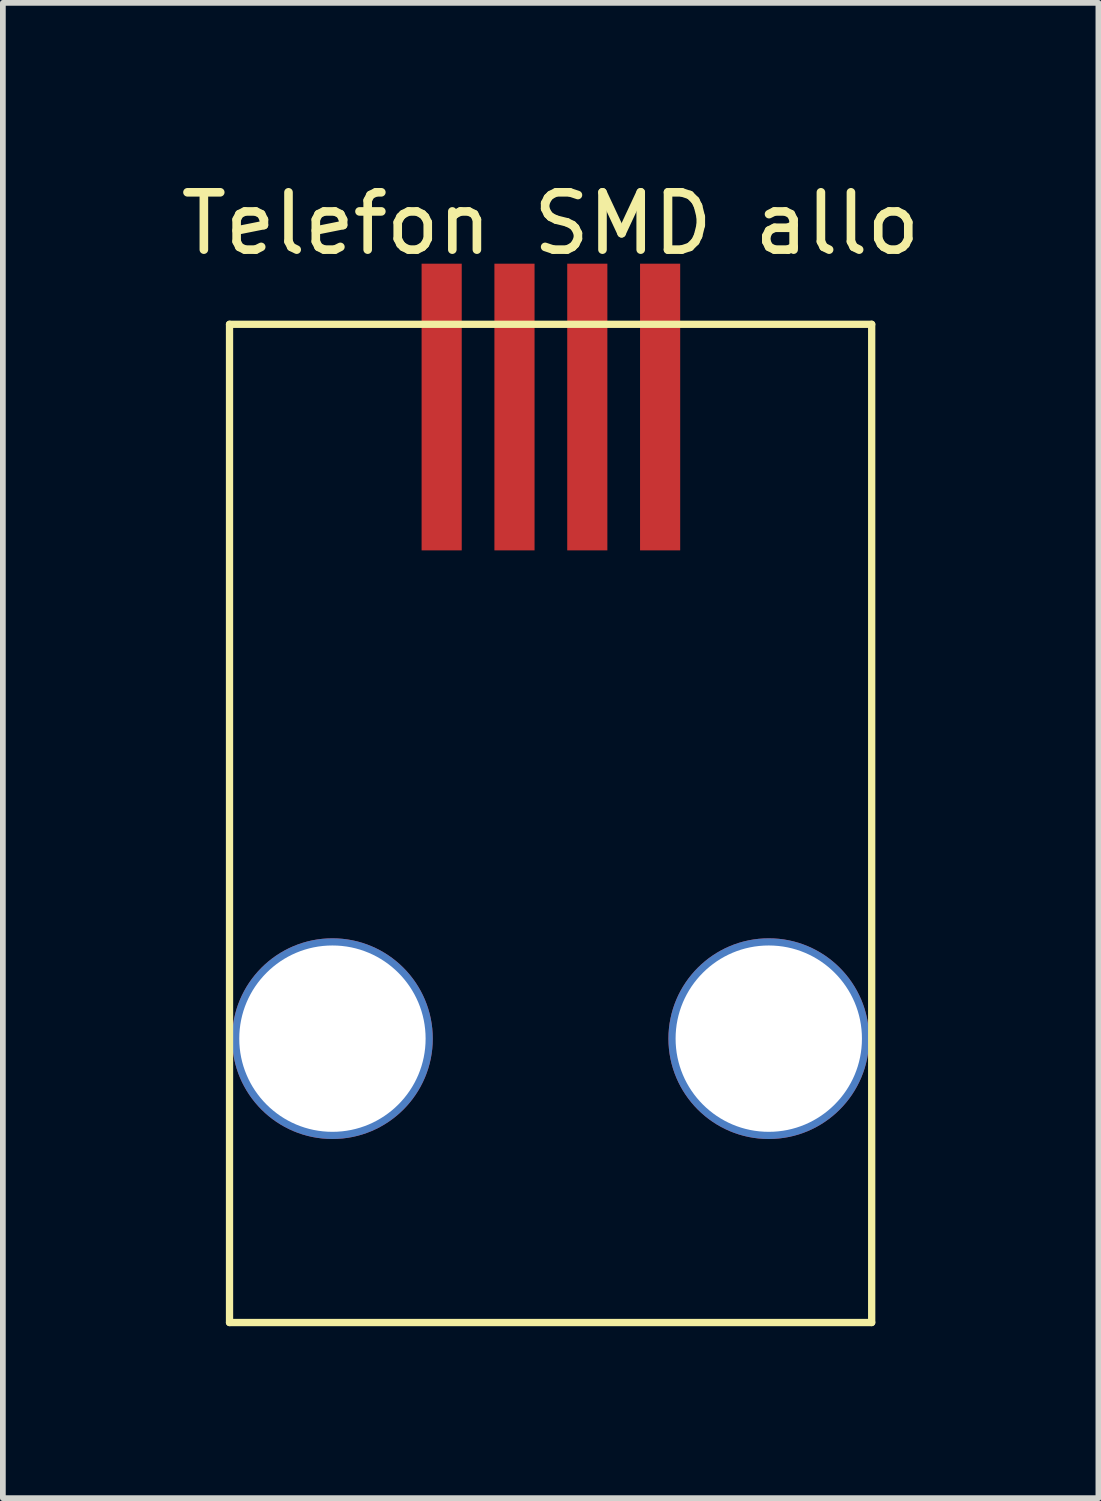
<source format=kicad_pcb>
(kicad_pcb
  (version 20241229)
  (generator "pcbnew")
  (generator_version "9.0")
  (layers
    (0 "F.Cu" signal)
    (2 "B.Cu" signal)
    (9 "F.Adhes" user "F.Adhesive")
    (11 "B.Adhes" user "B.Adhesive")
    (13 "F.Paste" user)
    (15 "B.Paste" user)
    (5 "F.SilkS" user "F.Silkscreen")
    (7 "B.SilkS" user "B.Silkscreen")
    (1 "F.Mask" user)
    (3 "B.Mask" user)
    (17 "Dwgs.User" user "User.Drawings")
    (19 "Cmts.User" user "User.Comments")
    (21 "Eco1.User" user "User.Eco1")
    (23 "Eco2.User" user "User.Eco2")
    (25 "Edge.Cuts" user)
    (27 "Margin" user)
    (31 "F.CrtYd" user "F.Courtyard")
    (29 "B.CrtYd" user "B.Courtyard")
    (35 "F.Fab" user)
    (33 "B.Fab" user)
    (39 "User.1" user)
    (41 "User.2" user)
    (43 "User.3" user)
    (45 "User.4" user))
  (footprint "Telefon SMD allo"
    (layer "F.Cu")
    (at 6.553 9.557)
    (property "Reference" "Telefon SMD allo" (at 0.00017 -8.708 0) (layer "F.SilkS") (effects (font (size 1 1) (thickness 0.15))))
    (fp_line (start -5.6 -6.951) (end 5.6 -6.951) (stroke (width 0.127) (type solid)) (layer "F.SilkS"))
    (fp_line (start -5.6 10.459) (end -5.6 -6.951) (stroke (width 0.127) (type solid)) (layer "F.SilkS"))
    (fp_line (start -5.6 10.459) (end 5.6 10.459) (stroke (width 0.127) (type solid)) (layer "F.SilkS"))
    (fp_line (start 5.6 10.459) (end 5.6 -6.951) (stroke (width 0.127) (type solid)) (layer "F.SilkS"))
    (pad "0" thru_hole circle (at -3.805 5.508) (size 3.5 3.5) (drill 3.25) (layers "*.Cu" "*.Mask"))
    (pad "0" thru_hole circle (at 3.805 5.508) (size 3.5 3.5) (drill 3.25) (layers "*.Cu" "*.Mask"))
    (pad "A" smd rect (at -0.63 -5.508) (size 0.7 5) (layers "F.Cu" "F.Mask" "F.Paste"))
    (pad "B" smd rect (at 0.64 -5.508) (size 0.7 5) (layers "F.Cu" "F.Mask" "F.Paste"))
    (pad "GND" smd rect (at -1.9 -5.508) (size 0.7 5) (layers "F.Cu" "F.Mask" "F.Paste"))
    (pad "VCC" smd rect (at 1.91 -5.508) (size 0.7 5) (layers "F.Cu" "F.Mask" "F.Paste")))
  (gr_rect
    (start -3 -3)
    (end 16.107 23.079)
    (stroke (width 0.1) (type default))
    (fill no)
    (layer "Edge.Cuts")))
</source>
